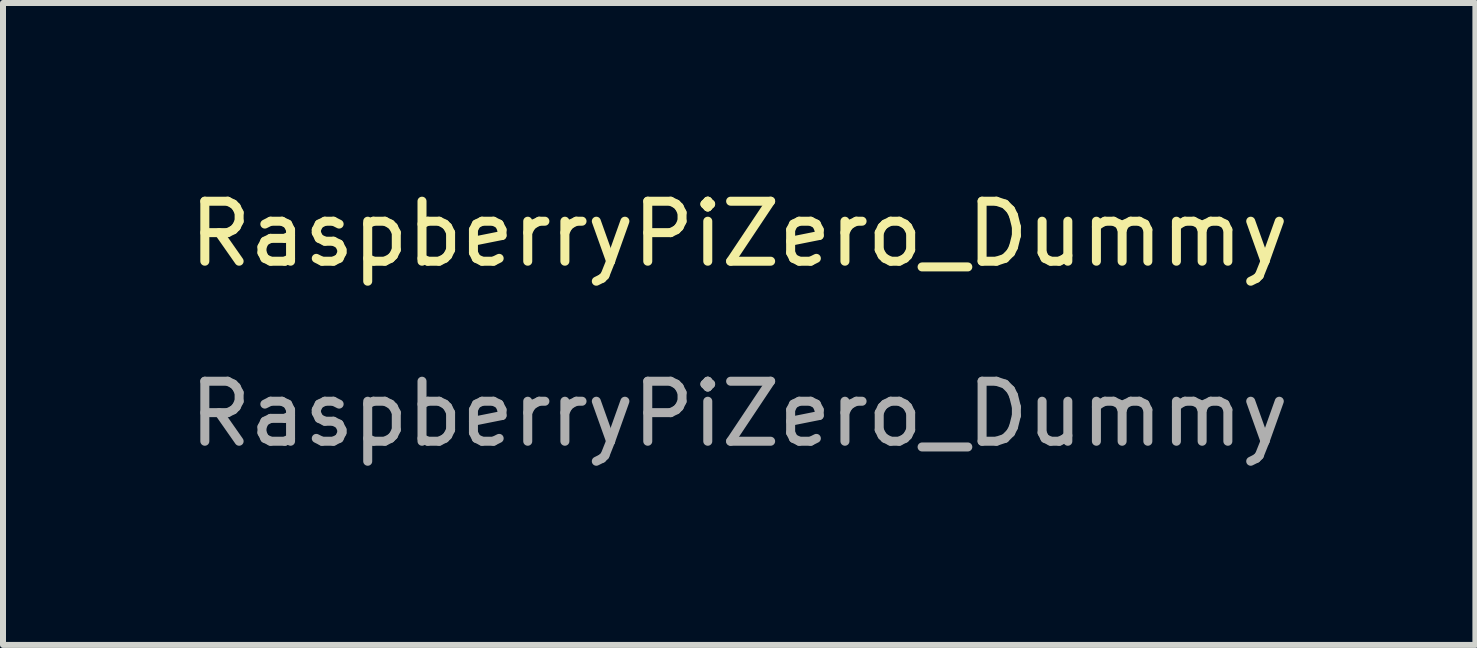
<source format=kicad_pcb>
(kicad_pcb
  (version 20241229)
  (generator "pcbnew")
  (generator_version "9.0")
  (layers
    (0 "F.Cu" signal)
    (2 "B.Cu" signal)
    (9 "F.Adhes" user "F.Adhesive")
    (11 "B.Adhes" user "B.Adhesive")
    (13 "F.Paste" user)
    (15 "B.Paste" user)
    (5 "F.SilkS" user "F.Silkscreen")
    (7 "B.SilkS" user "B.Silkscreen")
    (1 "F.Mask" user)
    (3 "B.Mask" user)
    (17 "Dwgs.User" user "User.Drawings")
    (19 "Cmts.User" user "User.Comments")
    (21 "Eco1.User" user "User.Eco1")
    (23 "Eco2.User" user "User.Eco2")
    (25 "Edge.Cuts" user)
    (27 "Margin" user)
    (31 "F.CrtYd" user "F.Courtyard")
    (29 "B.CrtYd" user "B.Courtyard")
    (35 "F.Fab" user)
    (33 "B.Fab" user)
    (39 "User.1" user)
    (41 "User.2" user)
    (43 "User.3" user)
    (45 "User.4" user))
  (footprint "RaspberryPiZero_Dummy"
    (layer "F.Cu")
    (at 9.268 1.348)
    (property "Reference" "RaspberryPiZero_Dummy" (at 0 -0.5 0) (unlocked yes) (layer "F.SilkS") (effects (font (size 1 1) (thickness 0.15))))
    (attr through_hole)
    (fp_text user "${REFERENCE}" (at 0 2.5 0) (unlocked yes) (layer "F.Fab") (effects (font (size 1 1) (thickness 0.15)))))
  (gr_rect
    (start -3 -3)
    (end 21.536 7.697)
    (stroke (width 0.1) (type default))
    (fill no)
    (layer "Edge.Cuts")))
</source>
